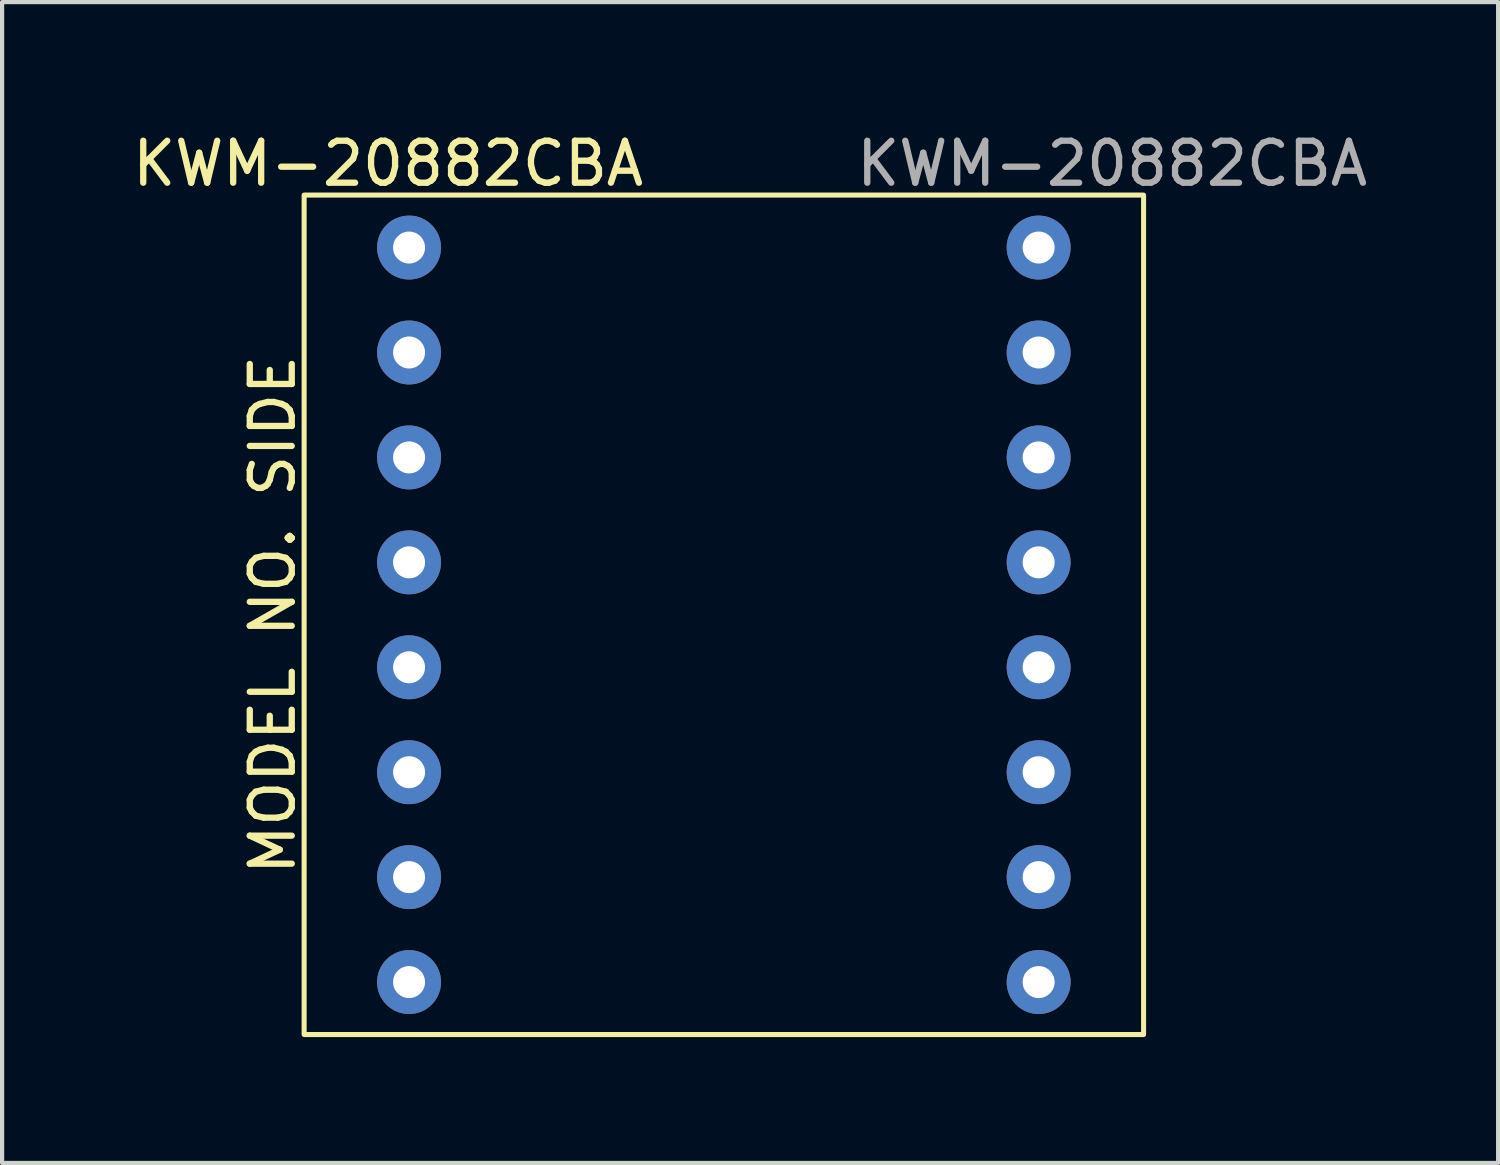
<source format=kicad_pcb>
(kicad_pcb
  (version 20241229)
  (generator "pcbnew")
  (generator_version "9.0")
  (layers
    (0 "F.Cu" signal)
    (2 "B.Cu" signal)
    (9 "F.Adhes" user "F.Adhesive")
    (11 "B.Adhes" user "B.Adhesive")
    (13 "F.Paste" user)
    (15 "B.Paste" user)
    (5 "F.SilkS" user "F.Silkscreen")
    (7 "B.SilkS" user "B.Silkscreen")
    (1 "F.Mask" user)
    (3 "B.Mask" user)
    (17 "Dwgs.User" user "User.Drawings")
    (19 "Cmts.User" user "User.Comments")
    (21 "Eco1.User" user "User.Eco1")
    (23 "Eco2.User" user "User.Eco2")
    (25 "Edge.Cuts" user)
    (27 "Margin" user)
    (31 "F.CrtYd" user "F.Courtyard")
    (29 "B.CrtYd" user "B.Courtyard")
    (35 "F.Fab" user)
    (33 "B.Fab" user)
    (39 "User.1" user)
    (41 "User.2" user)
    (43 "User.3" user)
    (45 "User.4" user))
  (footprint "KWM-20882CBA"
    (layer "F.Cu")
    (at 4.196 1.598)
    (property "Reference" "KWM-20882CBA" (at 2 -0.75 0) (unlocked yes) (layer "F.SilkS") (effects (font (size 1 1) (thickness 0.15))))
    (attr through_hole)
    (fp_rect (start 0 0) (end 20 20) (stroke (width 0.12) (type solid)) (fill no) (layer "F.SilkS"))
    (fp_text user "MODEL NO. SIDE" (at -0.75 10 90) (unlocked yes) (layer "F.SilkS") (effects (font (size 1 1) (thickness 0.15))))
    (fp_text user "${REFERENCE}" (at 19.25 -0.75 0) (unlocked yes) (layer "F.Fab") (effects (font (size 1 1) (thickness 0.15))))
    (pad "1" thru_hole circle (at 2.5 1.25 270) (size 1.524 1.524) (drill 0.762) (layers "*.Cu" "*.Mask"))
    (pad "2" thru_hole circle (at 2.5 3.75 270) (size 1.524 1.524) (drill 0.762) (layers "*.Cu" "*.Mask"))
    (pad "3" thru_hole circle (at 2.5 6.25 270) (size 1.524 1.524) (drill 0.762) (layers "*.Cu" "*.Mask"))
    (pad "4" thru_hole circle (at 2.5 8.75 270) (size 1.524 1.524) (drill 0.762) (layers "*.Cu" "*.Mask"))
    (pad "5" thru_hole circle (at 2.5 11.25 270) (size 1.524 1.524) (drill 0.762) (layers "*.Cu" "*.Mask"))
    (pad "6" thru_hole circle (at 2.5 13.75 270) (size 1.524 1.524) (drill 0.762) (layers "*.Cu" "*.Mask"))
    (pad "7" thru_hole circle (at 2.5 16.25 270) (size 1.524 1.524) (drill 0.762) (layers "*.Cu" "*.Mask"))
    (pad "8" thru_hole circle (at 2.5 18.75 270) (size 1.524 1.524) (drill 0.762) (layers "*.Cu" "*.Mask"))
    (pad "9" thru_hole circle (at 17.5 18.75 90) (size 1.524 1.524) (drill 0.762) (layers "*.Cu" "*.Mask"))
    (pad "10" thru_hole circle (at 17.5 16.25 90) (size 1.524 1.524) (drill 0.762) (layers "*.Cu" "*.Mask"))
    (pad "11" thru_hole circle (at 17.5 13.75 90) (size 1.524 1.524) (drill 0.762) (layers "*.Cu" "*.Mask"))
    (pad "12" thru_hole circle (at 17.5 11.25 90) (size 1.524 1.524) (drill 0.762) (layers "*.Cu" "*.Mask"))
    (pad "13" thru_hole circle (at 17.5 8.75 90) (size 1.524 1.524) (drill 0.762) (layers "*.Cu" "*.Mask"))
    (pad "14" thru_hole circle (at 17.5 6.25 90) (size 1.524 1.524) (drill 0.762) (layers "*.Cu" "*.Mask"))
    (pad "15" thru_hole circle (at 17.5 3.75 90) (size 1.524 1.524) (drill 0.762) (layers "*.Cu" "*.Mask"))
    (pad "16" thru_hole circle (at 17.5 1.25 90) (size 1.524 1.524) (drill 0.762) (layers "*.Cu" "*.Mask")))
  (gr_rect
    (start -3 -3)
    (end 32.643 24.658)
    (stroke (width 0.1) (type default))
    (fill no)
    (layer "Edge.Cuts")))
</source>
